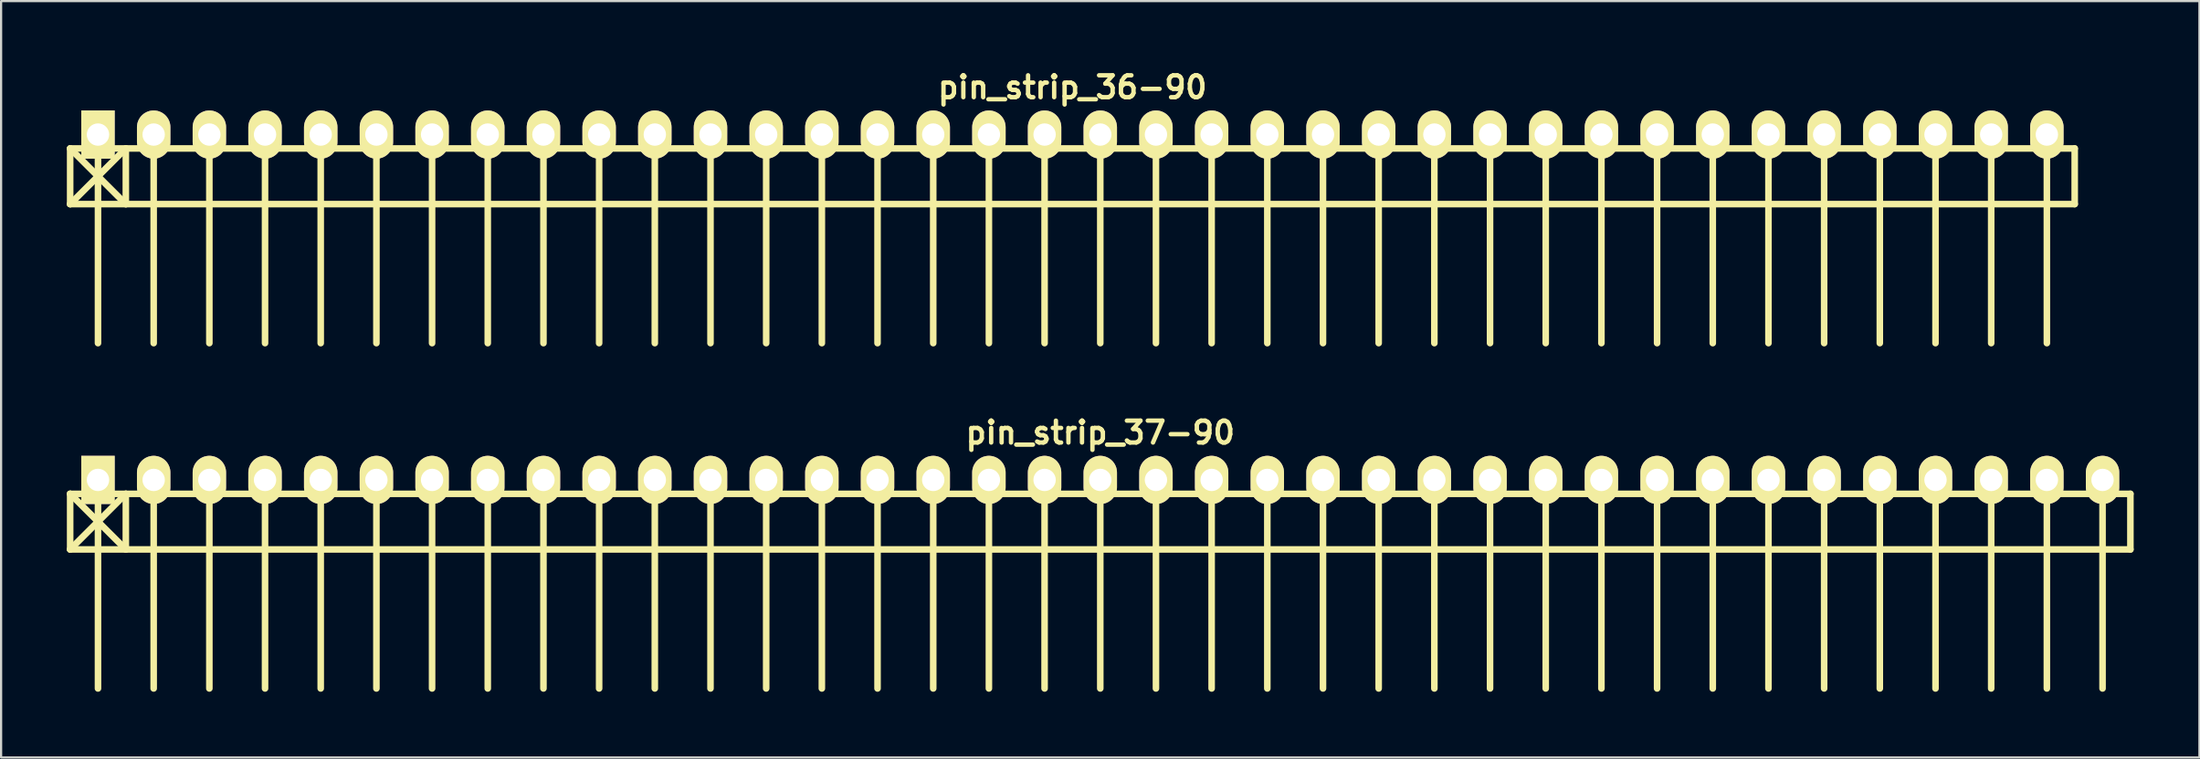
<source format=kicad_pcb>
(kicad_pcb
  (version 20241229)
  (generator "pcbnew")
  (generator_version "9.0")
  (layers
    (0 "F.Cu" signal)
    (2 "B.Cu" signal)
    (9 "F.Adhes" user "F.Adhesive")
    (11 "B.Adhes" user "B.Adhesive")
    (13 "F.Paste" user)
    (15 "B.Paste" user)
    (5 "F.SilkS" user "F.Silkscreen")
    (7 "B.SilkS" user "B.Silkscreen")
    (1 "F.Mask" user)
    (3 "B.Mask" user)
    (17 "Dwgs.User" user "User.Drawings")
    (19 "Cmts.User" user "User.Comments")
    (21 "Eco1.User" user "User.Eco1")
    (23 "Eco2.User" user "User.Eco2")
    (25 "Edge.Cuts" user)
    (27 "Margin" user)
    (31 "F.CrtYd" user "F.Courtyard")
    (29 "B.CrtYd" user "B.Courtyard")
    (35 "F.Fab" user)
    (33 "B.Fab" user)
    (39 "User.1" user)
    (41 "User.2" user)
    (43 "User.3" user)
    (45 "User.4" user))
  (footprint "pin_strip_37-90"
    (layer "F.Cu")
    (at 47.14 18.865)
    (property "Reference" "pin_strip_37-90" (at 0 -2.159 0) (layer "F.SilkS") (effects (font (size 1 1) (thickness 0.2))))
    (attr through_hole)
    (fp_line (start -46.99 0.635) (end 46.99 0.635) (stroke (width 0.3) (type solid)) (layer "F.SilkS"))
    (fp_line (start -46.99 3.175) (end -46.99 0.635) (stroke (width 0.3) (type solid)) (layer "F.SilkS"))
    (fp_line (start -46.99 3.175) (end -44.45 0.635) (stroke (width 0.3) (type solid)) (layer "F.SilkS"))
    (fp_line (start -45.72 0) (end -45.72 9.525) (stroke (width 0.3) (type solid)) (layer "F.SilkS"))
    (fp_line (start -44.45 0.635) (end -44.45 3.175) (stroke (width 0.3) (type solid)) (layer "F.SilkS"))
    (fp_line (start -44.45 3.175) (end -46.99 0.635) (stroke (width 0.3) (type solid)) (layer "F.SilkS"))
    (fp_line (start -43.18 0) (end -43.18 9.525) (stroke (width 0.3) (type solid)) (layer "F.SilkS"))
    (fp_line (start -40.64 9.525) (end -40.64 0) (stroke (width 0.3) (type solid)) (layer "F.SilkS"))
    (fp_line (start -38.1 0) (end -38.1 9.525) (stroke (width 0.3) (type solid)) (layer "F.SilkS"))
    (fp_line (start -35.56 0) (end -35.56 9.525) (stroke (width 0.3) (type solid)) (layer "F.SilkS"))
    (fp_line (start -33.02 0) (end -33.02 9.525) (stroke (width 0.3) (type solid)) (layer "F.SilkS"))
    (fp_line (start -30.48 0) (end -30.48 9.525) (stroke (width 0.3) (type solid)) (layer "F.SilkS"))
    (fp_line (start -27.94 0) (end -27.94 9.525) (stroke (width 0.3) (type solid)) (layer "F.SilkS"))
    (fp_line (start -25.4 0) (end -25.4 9.525) (stroke (width 0.3) (type solid)) (layer "F.SilkS"))
    (fp_line (start -22.86 0) (end -22.86 9.525) (stroke (width 0.3) (type solid)) (layer "F.SilkS"))
    (fp_line (start -20.32 0) (end -20.32 9.525) (stroke (width 0.3) (type solid)) (layer "F.SilkS"))
    (fp_line (start -17.78 0) (end -17.78 9.525) (stroke (width 0.3) (type solid)) (layer "F.SilkS"))
    (fp_line (start -15.24 9.525) (end -15.24 0) (stroke (width 0.3) (type solid)) (layer "F.SilkS"))
    (fp_line (start -12.7 0) (end -12.7 9.525) (stroke (width 0.3) (type solid)) (layer "F.SilkS"))
    (fp_line (start -10.16 0) (end -10.16 9.525) (stroke (width 0.3) (type solid)) (layer "F.SilkS"))
    (fp_line (start -7.62 0) (end -7.62 9.525) (stroke (width 0.3) (type solid)) (layer "F.SilkS"))
    (fp_line (start -5.08 0) (end -5.08 9.525) (stroke (width 0.3) (type solid)) (layer "F.SilkS"))
    (fp_line (start -2.54 0) (end -2.54 9.525) (stroke (width 0.3) (type solid)) (layer "F.SilkS"))
    (fp_line (start 0 0) (end 0 9.525) (stroke (width 0.3) (type solid)) (layer "F.SilkS"))
    (fp_line (start 2.54 0) (end 2.54 9.525) (stroke (width 0.3) (type solid)) (layer "F.SilkS"))
    (fp_line (start 5.08 0) (end 5.08 9.525) (stroke (width 0.3) (type solid)) (layer "F.SilkS"))
    (fp_line (start 7.62 0) (end 7.62 9.525) (stroke (width 0.3) (type solid)) (layer "F.SilkS"))
    (fp_line (start 10.16 9.525) (end 10.16 0) (stroke (width 0.3) (type solid)) (layer "F.SilkS"))
    (fp_line (start 12.7 0) (end 12.7 9.525) (stroke (width 0.3) (type solid)) (layer "F.SilkS"))
    (fp_line (start 15.24 0) (end 15.24 9.525) (stroke (width 0.3) (type solid)) (layer "F.SilkS"))
    (fp_line (start 17.78 0) (end 17.78 9.525) (stroke (width 0.3) (type solid)) (layer "F.SilkS"))
    (fp_line (start 20.32 0) (end 20.32 9.525) (stroke (width 0.3) (type solid)) (layer "F.SilkS"))
    (fp_line (start 22.86 0) (end 22.86 9.525) (stroke (width 0.3) (type solid)) (layer "F.SilkS"))
    (fp_line (start 25.4 0) (end 25.4 9.525) (stroke (width 0.3) (type solid)) (layer "F.SilkS"))
    (fp_line (start 27.94 0) (end 27.94 9.525) (stroke (width 0.3) (type solid)) (layer "F.SilkS"))
    (fp_line (start 30.48 0) (end 30.48 9.525) (stroke (width 0.3) (type solid)) (layer "F.SilkS"))
    (fp_line (start 33.02 0) (end 33.02 9.525) (stroke (width 0.3) (type solid)) (layer "F.SilkS"))
    (fp_line (start 35.56 9.525) (end 35.56 0) (stroke (width 0.3) (type solid)) (layer "F.SilkS"))
    (fp_line (start 38.1 0) (end 38.1 9.525) (stroke (width 0.3) (type solid)) (layer "F.SilkS"))
    (fp_line (start 40.64 0) (end 40.64 9.525) (stroke (width 0.3) (type solid)) (layer "F.SilkS"))
    (fp_line (start 43.18 0) (end 43.18 9.525) (stroke (width 0.3) (type solid)) (layer "F.SilkS"))
    (fp_line (start 45.72 0) (end 45.72 9.525) (stroke (width 0.3) (type solid)) (layer "F.SilkS"))
    (fp_line (start 46.99 0.635) (end 46.99 3.175) (stroke (width 0.3) (type solid)) (layer "F.SilkS"))
    (fp_line (start 46.99 3.175) (end -46.99 3.175) (stroke (width 0.3) (type solid)) (layer "F.SilkS"))
    (pad "1" thru_hole rect (at -45.72 0) (size 1.524 2.2) (drill 1.02) (layers "*.Cu" "*.Mask" "F.SilkS"))
    (pad "2" thru_hole oval (at -43.18 0) (size 1.524 2.2) (drill 1.02) (layers "*.Cu" "*.Mask" "F.SilkS"))
    (pad "3" thru_hole oval (at -40.64 0) (size 1.524 2.2) (drill 1.02) (layers "*.Cu" "*.Mask" "F.SilkS"))
    (pad "4" thru_hole oval (at -38.1 0) (size 1.524 2.2) (drill 1.02) (layers "*.Cu" "*.Mask" "F.SilkS"))
    (pad "5" thru_hole oval (at -35.56 0) (size 1.524 2.2) (drill 1.02) (layers "*.Cu" "*.Mask" "F.SilkS"))
    (pad "6" thru_hole oval (at -33.02 0) (size 1.524 2.2) (drill 1.02) (layers "*.Cu" "*.Mask" "F.SilkS"))
    (pad "7" thru_hole oval (at -30.48 0) (size 1.524 2.2) (drill 1.02) (layers "*.Cu" "*.Mask" "F.SilkS"))
    (pad "8" thru_hole oval (at -27.94 0) (size 1.524 2.2) (drill 1.02) (layers "*.Cu" "*.Mask" "F.SilkS"))
    (pad "9" thru_hole oval (at -25.4 0) (size 1.524 2.2) (drill 1.02) (layers "*.Cu" "*.Mask" "F.SilkS"))
    (pad "10" thru_hole oval (at -22.86 0) (size 1.524 2.2) (drill 1.02) (layers "*.Cu" "*.Mask" "F.SilkS"))
    (pad "11" thru_hole oval (at -20.32 0) (size 1.524 2.2) (drill 1.02) (layers "*.Cu" "*.Mask" "F.SilkS"))
    (pad "12" thru_hole oval (at -17.78 0) (size 1.524 2.2) (drill 1.02) (layers "*.Cu" "*.Mask" "F.SilkS"))
    (pad "13" thru_hole oval (at -15.24 0) (size 1.524 2.2) (drill 1.02) (layers "*.Cu" "*.Mask" "F.SilkS"))
    (pad "14" thru_hole oval (at -12.7 0) (size 1.524 2.2) (drill 1.02) (layers "*.Cu" "*.Mask" "F.SilkS"))
    (pad "15" thru_hole oval (at -10.16 0) (size 1.524 2.2) (drill 1.02) (layers "*.Cu" "*.Mask" "F.SilkS"))
    (pad "16" thru_hole oval (at -7.62 0) (size 1.524 2.2) (drill 1.02) (layers "*.Cu" "*.Mask" "F.SilkS"))
    (pad "17" thru_hole oval (at -5.08 0) (size 1.524 2.2) (drill 1.02) (layers "*.Cu" "*.Mask" "F.SilkS"))
    (pad "18" thru_hole oval (at -2.54 0) (size 1.524 2.2) (drill 1.02) (layers "*.Cu" "*.Mask" "F.SilkS"))
    (pad "19" thru_hole oval (at 0 0) (size 1.524 2.2) (drill 1.02) (layers "*.Cu" "*.Mask" "F.SilkS"))
    (pad "20" thru_hole oval (at 2.54 0) (size 1.524 2.2) (drill 1.02) (layers "*.Cu" "*.Mask" "F.SilkS"))
    (pad "21" thru_hole oval (at 5.08 0) (size 1.524 2.2) (drill 1.02) (layers "*.Cu" "*.Mask" "F.SilkS"))
    (pad "22" thru_hole oval (at 7.62 0) (size 1.524 2.2) (drill 1.02) (layers "*.Cu" "*.Mask" "F.SilkS"))
    (pad "23" thru_hole oval (at 10.16 0) (size 1.524 2.2) (drill 1.02) (layers "*.Cu" "*.Mask" "F.SilkS"))
    (pad "24" thru_hole oval (at 12.7 0) (size 1.524 2.2) (drill 1.02) (layers "*.Cu" "*.Mask" "F.SilkS"))
    (pad "25" thru_hole oval (at 15.24 0) (size 1.524 2.2) (drill 1.02) (layers "*.Cu" "*.Mask" "F.SilkS"))
    (pad "26" thru_hole oval (at 17.78 0) (size 1.524 2.2) (drill 1.02) (layers "*.Cu" "*.Mask" "F.SilkS"))
    (pad "27" thru_hole oval (at 20.32 0) (size 1.524 2.2) (drill 1.02) (layers "*.Cu" "*.Mask" "F.SilkS"))
    (pad "28" thru_hole oval (at 22.86 0) (size 1.524 2.2) (drill 1.02) (layers "*.Cu" "*.Mask" "F.SilkS"))
    (pad "29" thru_hole oval (at 25.4 0) (size 1.524 2.2) (drill 1.02) (layers "*.Cu" "*.Mask" "F.SilkS"))
    (pad "30" thru_hole oval (at 27.94 0) (size 1.524 2.2) (drill 1.02) (layers "*.Cu" "*.Mask" "F.SilkS"))
    (pad "31" thru_hole oval (at 30.48 0) (size 1.524 2.2) (drill 1.02) (layers "*.Cu" "*.Mask" "F.SilkS"))
    (pad "32" thru_hole oval (at 33.02 0) (size 1.524 2.2) (drill 1.02) (layers "*.Cu" "*.Mask" "F.SilkS"))
    (pad "33" thru_hole oval (at 35.56 0) (size 1.524 2.2) (drill 1.02) (layers "*.Cu" "*.Mask" "F.SilkS"))
    (pad "34" thru_hole oval (at 38.1 0) (size 1.524 2.2) (drill 1.02) (layers "*.Cu" "*.Mask" "F.SilkS"))
    (pad "35" thru_hole oval (at 40.64 0) (size 1.524 2.2) (drill 1.02) (layers "*.Cu" "*.Mask" "F.SilkS"))
    (pad "36" thru_hole oval (at 43.18 0) (size 1.524 2.2) (drill 1.02) (layers "*.Cu" "*.Mask" "F.SilkS"))
    (pad "37" thru_hole oval (at 45.72 0) (size 1.524 2.2) (drill 1.02) (layers "*.Cu" "*.Mask" "F.SilkS")))
  (footprint "pin_strip_36-90"
    (layer "F.Cu")
    (at 45.87 3.095)
    (property "Reference" "pin_strip_36-90" (at 0 -2.159 0) (layer "F.SilkS") (effects (font (size 1 1) (thickness 0.2))))
    (attr through_hole)
    (fp_line (start -45.72 0.635) (end 45.72 0.635) (stroke (width 0.3) (type solid)) (layer "F.SilkS"))
    (fp_line (start -45.72 3.175) (end -45.72 0.635) (stroke (width 0.3) (type solid)) (layer "F.SilkS"))
    (fp_line (start -45.72 3.175) (end -43.18 0.635) (stroke (width 0.3) (type solid)) (layer "F.SilkS"))
    (fp_line (start -44.45 0) (end -44.45 9.525) (stroke (width 0.3) (type solid)) (layer "F.SilkS"))
    (fp_line (start -43.18 0.635) (end -43.18 3.175) (stroke (width 0.3) (type solid)) (layer "F.SilkS"))
    (fp_line (start -43.18 3.175) (end -45.72 0.635) (stroke (width 0.3) (type solid)) (layer "F.SilkS"))
    (fp_line (start -41.91 0) (end -41.91 9.525) (stroke (width 0.3) (type solid)) (layer "F.SilkS"))
    (fp_line (start -39.37 9.525) (end -39.37 0) (stroke (width 0.3) (type solid)) (layer "F.SilkS"))
    (fp_line (start -36.83 0) (end -36.83 9.525) (stroke (width 0.3) (type solid)) (layer "F.SilkS"))
    (fp_line (start -34.29 0) (end -34.29 9.525) (stroke (width 0.3) (type solid)) (layer "F.SilkS"))
    (fp_line (start -31.75 0) (end -31.75 9.525) (stroke (width 0.3) (type solid)) (layer "F.SilkS"))
    (fp_line (start -29.21 0) (end -29.21 9.525) (stroke (width 0.3) (type solid)) (layer "F.SilkS"))
    (fp_line (start -26.67 0) (end -26.67 9.525) (stroke (width 0.3) (type solid)) (layer "F.SilkS"))
    (fp_line (start -24.13 0) (end -24.13 9.525) (stroke (width 0.3) (type solid)) (layer "F.SilkS"))
    (fp_line (start -21.59 0) (end -21.59 9.525) (stroke (width 0.3) (type solid)) (layer "F.SilkS"))
    (fp_line (start -19.05 0) (end -19.05 9.525) (stroke (width 0.3) (type solid)) (layer "F.SilkS"))
    (fp_line (start -16.51 0) (end -16.51 9.525) (stroke (width 0.3) (type solid)) (layer "F.SilkS"))
    (fp_line (start -13.97 9.525) (end -13.97 0) (stroke (width 0.3) (type solid)) (layer "F.SilkS"))
    (fp_line (start -11.43 0) (end -11.43 9.525) (stroke (width 0.3) (type solid)) (layer "F.SilkS"))
    (fp_line (start -8.89 0) (end -8.89 9.525) (stroke (width 0.3) (type solid)) (layer "F.SilkS"))
    (fp_line (start -6.35 0) (end -6.35 9.525) (stroke (width 0.3) (type solid)) (layer "F.SilkS"))
    (fp_line (start -3.81 0) (end -3.81 9.525) (stroke (width 0.3) (type solid)) (layer "F.SilkS"))
    (fp_line (start -1.27 0) (end -1.27 9.525) (stroke (width 0.3) (type solid)) (layer "F.SilkS"))
    (fp_line (start 1.27 0) (end 1.27 9.525) (stroke (width 0.3) (type solid)) (layer "F.SilkS"))
    (fp_line (start 3.81 0) (end 3.81 9.525) (stroke (width 0.3) (type solid)) (layer "F.SilkS"))
    (fp_line (start 6.35 0) (end 6.35 9.525) (stroke (width 0.3) (type solid)) (layer "F.SilkS"))
    (fp_line (start 8.89 0) (end 8.89 9.525) (stroke (width 0.3) (type solid)) (layer "F.SilkS"))
    (fp_line (start 11.43 9.525) (end 11.43 0) (stroke (width 0.3) (type solid)) (layer "F.SilkS"))
    (fp_line (start 13.97 0) (end 13.97 9.525) (stroke (width 0.3) (type solid)) (layer "F.SilkS"))
    (fp_line (start 16.51 0) (end 16.51 9.525) (stroke (width 0.3) (type solid)) (layer "F.SilkS"))
    (fp_line (start 19.05 0) (end 19.05 9.525) (stroke (width 0.3) (type solid)) (layer "F.SilkS"))
    (fp_line (start 21.59 0) (end 21.59 9.525) (stroke (width 0.3) (type solid)) (layer "F.SilkS"))
    (fp_line (start 24.13 0) (end 24.13 9.525) (stroke (width 0.3) (type solid)) (layer "F.SilkS"))
    (fp_line (start 26.67 0) (end 26.67 9.525) (stroke (width 0.3) (type solid)) (layer "F.SilkS"))
    (fp_line (start 29.21 0) (end 29.21 9.525) (stroke (width 0.3) (type solid)) (layer "F.SilkS"))
    (fp_line (start 31.75 0) (end 31.75 9.525) (stroke (width 0.3) (type solid)) (layer "F.SilkS"))
    (fp_line (start 34.29 0) (end 34.29 9.525) (stroke (width 0.3) (type solid)) (layer "F.SilkS"))
    (fp_line (start 36.83 9.525) (end 36.83 0) (stroke (width 0.3) (type solid)) (layer "F.SilkS"))
    (fp_line (start 39.37 0) (end 39.37 9.525) (stroke (width 0.3) (type solid)) (layer "F.SilkS"))
    (fp_line (start 41.91 0) (end 41.91 9.525) (stroke (width 0.3) (type solid)) (layer "F.SilkS"))
    (fp_line (start 44.45 0) (end 44.45 9.525) (stroke (width 0.3) (type solid)) (layer "F.SilkS"))
    (fp_line (start 45.72 0.635) (end 45.72 3.175) (stroke (width 0.3) (type solid)) (layer "F.SilkS"))
    (fp_line (start 45.72 3.175) (end -45.72 3.175) (stroke (width 0.3) (type solid)) (layer "F.SilkS"))
    (pad "1" thru_hole rect (at -44.45 0) (size 1.524 2.2) (drill 1.02) (layers "*.Cu" "*.Mask" "F.SilkS"))
    (pad "2" thru_hole oval (at -41.91 0) (size 1.524 2.2) (drill 1.02) (layers "*.Cu" "*.Mask" "F.SilkS"))
    (pad "3" thru_hole oval (at -39.37 0) (size 1.524 2.2) (drill 1.02) (layers "*.Cu" "*.Mask" "F.SilkS"))
    (pad "4" thru_hole oval (at -36.83 0) (size 1.524 2.2) (drill 1.02) (layers "*.Cu" "*.Mask" "F.SilkS"))
    (pad "5" thru_hole oval (at -34.29 0) (size 1.524 2.2) (drill 1.02) (layers "*.Cu" "*.Mask" "F.SilkS"))
    (pad "6" thru_hole oval (at -31.75 0) (size 1.524 2.2) (drill 1.02) (layers "*.Cu" "*.Mask" "F.SilkS"))
    (pad "7" thru_hole oval (at -29.21 0) (size 1.524 2.2) (drill 1.02) (layers "*.Cu" "*.Mask" "F.SilkS"))
    (pad "8" thru_hole oval (at -26.67 0) (size 1.524 2.2) (drill 1.02) (layers "*.Cu" "*.Mask" "F.SilkS"))
    (pad "9" thru_hole oval (at -24.13 0) (size 1.524 2.2) (drill 1.02) (layers "*.Cu" "*.Mask" "F.SilkS"))
    (pad "10" thru_hole oval (at -21.59 0) (size 1.524 2.2) (drill 1.02) (layers "*.Cu" "*.Mask" "F.SilkS"))
    (pad "11" thru_hole oval (at -19.05 0) (size 1.524 2.2) (drill 1.02) (layers "*.Cu" "*.Mask" "F.SilkS"))
    (pad "12" thru_hole oval (at -16.51 0) (size 1.524 2.2) (drill 1.02) (layers "*.Cu" "*.Mask" "F.SilkS"))
    (pad "13" thru_hole oval (at -13.97 0) (size 1.524 2.2) (drill 1.02) (layers "*.Cu" "*.Mask" "F.SilkS"))
    (pad "14" thru_hole oval (at -11.43 0) (size 1.524 2.2) (drill 1.02) (layers "*.Cu" "*.Mask" "F.SilkS"))
    (pad "15" thru_hole oval (at -8.89 0) (size 1.524 2.2) (drill 1.02) (layers "*.Cu" "*.Mask" "F.SilkS"))
    (pad "16" thru_hole oval (at -6.35 0) (size 1.524 2.2) (drill 1.02) (layers "*.Cu" "*.Mask" "F.SilkS"))
    (pad "17" thru_hole oval (at -3.81 0) (size 1.524 2.2) (drill 1.02) (layers "*.Cu" "*.Mask" "F.SilkS"))
    (pad "18" thru_hole oval (at -1.27 0) (size 1.524 2.2) (drill 1.02) (layers "*.Cu" "*.Mask" "F.SilkS"))
    (pad "19" thru_hole oval (at 1.27 0) (size 1.524 2.2) (drill 1.02) (layers "*.Cu" "*.Mask" "F.SilkS"))
    (pad "20" thru_hole oval (at 3.81 0) (size 1.524 2.2) (drill 1.02) (layers "*.Cu" "*.Mask" "F.SilkS"))
    (pad "21" thru_hole oval (at 6.35 0) (size 1.524 2.2) (drill 1.02) (layers "*.Cu" "*.Mask" "F.SilkS"))
    (pad "22" thru_hole oval (at 8.89 0) (size 1.524 2.2) (drill 1.02) (layers "*.Cu" "*.Mask" "F.SilkS"))
    (pad "23" thru_hole oval (at 11.43 0) (size 1.524 2.2) (drill 1.02) (layers "*.Cu" "*.Mask" "F.SilkS"))
    (pad "24" thru_hole oval (at 13.97 0) (size 1.524 2.2) (drill 1.02) (layers "*.Cu" "*.Mask" "F.SilkS"))
    (pad "25" thru_hole oval (at 16.51 0) (size 1.524 2.2) (drill 1.02) (layers "*.Cu" "*.Mask" "F.SilkS"))
    (pad "26" thru_hole oval (at 19.05 0) (size 1.524 2.2) (drill 1.02) (layers "*.Cu" "*.Mask" "F.SilkS"))
    (pad "27" thru_hole oval (at 21.59 0) (size 1.524 2.2) (drill 1.02) (layers "*.Cu" "*.Mask" "F.SilkS"))
    (pad "28" thru_hole oval (at 24.13 0) (size 1.524 2.2) (drill 1.02) (layers "*.Cu" "*.Mask" "F.SilkS"))
    (pad "29" thru_hole oval (at 26.67 0) (size 1.524 2.2) (drill 1.02) (layers "*.Cu" "*.Mask" "F.SilkS"))
    (pad "30" thru_hole oval (at 29.21 0) (size 1.524 2.2) (drill 1.02) (layers "*.Cu" "*.Mask" "F.SilkS"))
    (pad "31" thru_hole oval (at 31.75 0) (size 1.524 2.2) (drill 1.02) (layers "*.Cu" "*.Mask" "F.SilkS"))
    (pad "32" thru_hole oval (at 34.29 0) (size 1.524 2.2) (drill 1.02) (layers "*.Cu" "*.Mask" "F.SilkS"))
    (pad "33" thru_hole oval (at 36.83 0) (size 1.524 2.2) (drill 1.02) (layers "*.Cu" "*.Mask" "F.SilkS"))
    (pad "34" thru_hole oval (at 39.37 0) (size 1.524 2.2) (drill 1.02) (layers "*.Cu" "*.Mask" "F.SilkS"))
    (pad "35" thru_hole oval (at 41.91 0) (size 1.524 2.2) (drill 1.02) (layers "*.Cu" "*.Mask" "F.SilkS"))
    (pad "36" thru_hole oval (at 44.45 0) (size 1.524 2.2) (drill 1.02) (layers "*.Cu" "*.Mask" "F.SilkS")))
  (gr_rect
    (start -3 -3)
    (end 97.28 31.54)
    (stroke (width 0.1) (type default))
    (fill no)
    (layer "Edge.Cuts")))
</source>
